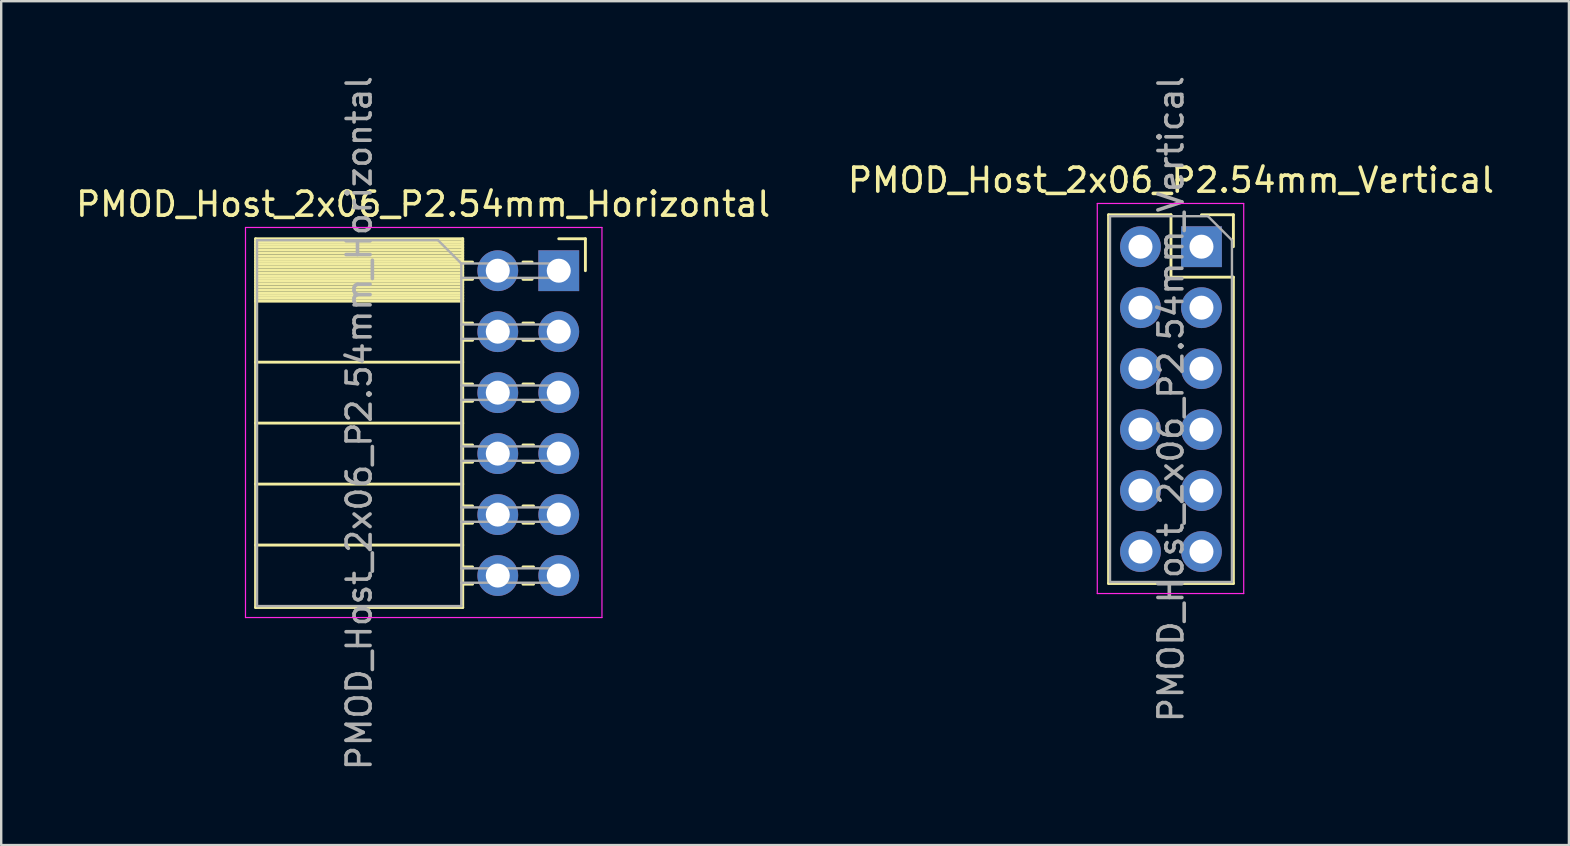
<source format=kicad_pcb>
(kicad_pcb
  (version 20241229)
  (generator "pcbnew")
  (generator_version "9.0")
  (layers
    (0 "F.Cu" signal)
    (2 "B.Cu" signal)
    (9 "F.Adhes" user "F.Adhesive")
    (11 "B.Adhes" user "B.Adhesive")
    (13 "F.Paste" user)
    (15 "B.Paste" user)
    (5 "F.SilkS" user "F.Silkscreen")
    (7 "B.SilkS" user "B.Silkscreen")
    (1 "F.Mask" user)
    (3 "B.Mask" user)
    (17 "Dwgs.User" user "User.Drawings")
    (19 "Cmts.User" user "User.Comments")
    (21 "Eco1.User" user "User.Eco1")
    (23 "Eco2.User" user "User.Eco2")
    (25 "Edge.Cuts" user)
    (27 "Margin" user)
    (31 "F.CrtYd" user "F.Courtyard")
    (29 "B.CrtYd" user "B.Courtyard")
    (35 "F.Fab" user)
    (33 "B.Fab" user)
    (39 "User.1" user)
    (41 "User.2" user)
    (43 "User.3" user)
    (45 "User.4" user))
  (footprint "PMOD_Host_2x06_P2.54mm_Vertical"
    (layer "F.Cu")
    (at 47.002 7.227)
    (property "Reference" "PMOD_Host_2x06_P2.54mm_Vertical" (at -1.27 -2.77 0) (layer "F.SilkS") (effects (font (size 1 1) (thickness 0.15))))
    (attr through_hole)
    (fp_line (start -3.87 -1.33) (end -3.87 14.03) (stroke (width 0.12) (type solid)) (layer "F.SilkS"))
    (fp_line (start -3.87 -1.33) (end -1.27 -1.33) (stroke (width 0.12) (type solid)) (layer "F.SilkS"))
    (fp_line (start -3.87 14.03) (end 1.33 14.03) (stroke (width 0.12) (type solid)) (layer "F.SilkS"))
    (fp_line (start -1.27 -1.33) (end -1.27 1.27) (stroke (width 0.12) (type solid)) (layer "F.SilkS"))
    (fp_line (start -1.27 1.27) (end 1.33 1.27) (stroke (width 0.12) (type solid)) (layer "F.SilkS"))
    (fp_line (start 0 -1.33) (end 1.33 -1.33) (stroke (width 0.12) (type solid)) (layer "F.SilkS"))
    (fp_line (start 1.33 -1.33) (end 1.33 0) (stroke (width 0.12) (type solid)) (layer "F.SilkS"))
    (fp_line (start 1.33 1.27) (end 1.33 14.03) (stroke (width 0.12) (type solid)) (layer "F.SilkS"))
    (fp_line (start -4.34 -1.8) (end 1.76 -1.8) (stroke (width 0.05) (type solid)) (layer "F.CrtYd"))
    (fp_line (start -4.34 14.45) (end -4.34 -1.8) (stroke (width 0.05) (type solid)) (layer "F.CrtYd"))
    (fp_line (start 1.76 -1.8) (end 1.76 14.45) (stroke (width 0.05) (type solid)) (layer "F.CrtYd"))
    (fp_line (start 1.76 14.45) (end -4.34 14.45) (stroke (width 0.05) (type solid)) (layer "F.CrtYd"))
    (fp_line (start -3.81 -1.27) (end 0.27 -1.27) (stroke (width 0.1) (type solid)) (layer "F.Fab"))
    (fp_line (start -3.81 13.97) (end -3.81 -1.27) (stroke (width 0.1) (type solid)) (layer "F.Fab"))
    (fp_line (start 0.27 -1.27) (end 1.27 -0.27) (stroke (width 0.1) (type solid)) (layer "F.Fab"))
    (fp_line (start 1.27 -0.27) (end 1.27 13.97) (stroke (width 0.1) (type solid)) (layer "F.Fab"))
    (fp_line (start 1.27 13.97) (end -3.81 13.97) (stroke (width 0.1) (type solid)) (layer "F.Fab"))
    (fp_text user "${REFERENCE}" (at -1.27 6.35 90) (layer "F.Fab") (effects (font (size 1 1) (thickness 0.15))))
    (pad "1" thru_hole rect (at 0 0) (size 1.7 1.7) (drill 1) (layers "*.Cu" "*.Mask"))
    (pad "2" thru_hole oval (at 0 2.54) (size 1.7 1.7) (drill 1) (layers "*.Cu" "*.Mask"))
    (pad "3" thru_hole oval (at 0 5.08) (size 1.7 1.7) (drill 1) (layers "*.Cu" "*.Mask"))
    (pad "4" thru_hole oval (at 0 7.62) (size 1.7 1.7) (drill 1) (layers "*.Cu" "*.Mask"))
    (pad "5" thru_hole oval (at 0 10.16) (size 1.7 1.7) (drill 1) (layers "*.Cu" "*.Mask"))
    (pad "6" thru_hole oval (at 0 12.7) (size 1.7 1.7) (drill 1) (layers "*.Cu" "*.Mask"))
    (pad "7" thru_hole oval (at -2.54 0) (size 1.7 1.7) (drill 1) (layers "*.Cu" "*.Mask"))
    (pad "8" thru_hole oval (at -2.54 2.54) (size 1.7 1.7) (drill 1) (layers "*.Cu" "*.Mask"))
    (pad "9" thru_hole oval (at -2.54 5.08) (size 1.7 1.7) (drill 1) (layers "*.Cu" "*.Mask"))
    (pad "10" thru_hole oval (at -2.54 7.62) (size 1.7 1.7) (drill 1) (layers "*.Cu" "*.Mask"))
    (pad "11" thru_hole oval (at -2.54 10.16) (size 1.7 1.7) (drill 1) (layers "*.Cu" "*.Mask"))
    (pad "12" thru_hole oval (at -2.54 12.7) (size 1.7 1.7) (drill 1) (layers "*.Cu" "*.Mask")))
  (footprint "PMOD_Host_2x06_P2.54mm_Horizontal"
    (layer "F.Cu")
    (at 20.227 8.227)
    (property "Reference" "PMOD_Host_2x06_P2.54mm_Horizontal" (at -5.65 -2.77 0) (layer "F.SilkS") (effects (font (size 1 1) (thickness 0.15))))
    (attr through_hole)
    (fp_line (start -12.63 -1.33) (end -12.63 14.03) (stroke (width 0.12) (type solid)) (layer "F.SilkS"))
    (fp_line (start -12.63 -1.33) (end -4 -1.33) (stroke (width 0.12) (type solid)) (layer "F.SilkS"))
    (fp_line (start -12.63 -1.21) (end -4 -1.21) (stroke (width 0.12) (type solid)) (layer "F.SilkS"))
    (fp_line (start -12.63 -1.092) (end -4 -1.092) (stroke (width 0.12) (type solid)) (layer "F.SilkS"))
    (fp_line (start -12.63 -0.974) (end -4 -0.974) (stroke (width 0.12) (type solid)) (layer "F.SilkS"))
    (fp_line (start -12.63 -0.856) (end -4 -0.856) (stroke (width 0.12) (type solid)) (layer "F.SilkS"))
    (fp_line (start -12.63 -0.738) (end -4 -0.738) (stroke (width 0.12) (type solid)) (layer "F.SilkS"))
    (fp_line (start -12.63 -0.62) (end -4 -0.62) (stroke (width 0.12) (type solid)) (layer "F.SilkS"))
    (fp_line (start -12.63 -0.501) (end -4 -0.501) (stroke (width 0.12) (type solid)) (layer "F.SilkS"))
    (fp_line (start -12.63 -0.383) (end -4 -0.383) (stroke (width 0.12) (type solid)) (layer "F.SilkS"))
    (fp_line (start -12.63 -0.265) (end -4 -0.265) (stroke (width 0.12) (type solid)) (layer "F.SilkS"))
    (fp_line (start -12.63 -0.147) (end -4 -0.147) (stroke (width 0.12) (type solid)) (layer "F.SilkS"))
    (fp_line (start -12.63 -0.029) (end -4 -0.029) (stroke (width 0.12) (type solid)) (layer "F.SilkS"))
    (fp_line (start -12.63 0.089) (end -4 0.089) (stroke (width 0.12) (type solid)) (layer "F.SilkS"))
    (fp_line (start -12.63 0.207) (end -4 0.207) (stroke (width 0.12) (type solid)) (layer "F.SilkS"))
    (fp_line (start -12.63 0.325) (end -4 0.325) (stroke (width 0.12) (type solid)) (layer "F.SilkS"))
    (fp_line (start -12.63 0.443) (end -4 0.443) (stroke (width 0.12) (type solid)) (layer "F.SilkS"))
    (fp_line (start -12.63 0.561) (end -4 0.561) (stroke (width 0.12) (type solid)) (layer "F.SilkS"))
    (fp_line (start -12.63 0.68) (end -4 0.68) (stroke (width 0.12) (type solid)) (layer "F.SilkS"))
    (fp_line (start -12.63 0.798) (end -4 0.798) (stroke (width 0.12) (type solid)) (layer "F.SilkS"))
    (fp_line (start -12.63 0.916) (end -4 0.916) (stroke (width 0.12) (type solid)) (layer "F.SilkS"))
    (fp_line (start -12.63 1.034) (end -4 1.034) (stroke (width 0.12) (type solid)) (layer "F.SilkS"))
    (fp_line (start -12.63 1.152) (end -4 1.152) (stroke (width 0.12) (type solid)) (layer "F.SilkS"))
    (fp_line (start -12.63 1.27) (end -4 1.27) (stroke (width 0.12) (type solid)) (layer "F.SilkS"))
    (fp_line (start -12.63 3.81) (end -4 3.81) (stroke (width 0.12) (type solid)) (layer "F.SilkS"))
    (fp_line (start -12.63 6.35) (end -4 6.35) (stroke (width 0.12) (type solid)) (layer "F.SilkS"))
    (fp_line (start -12.63 8.89) (end -4 8.89) (stroke (width 0.12) (type solid)) (layer "F.SilkS"))
    (fp_line (start -12.63 11.43) (end -4 11.43) (stroke (width 0.12) (type solid)) (layer "F.SilkS"))
    (fp_line (start -12.63 14.03) (end -4 14.03) (stroke (width 0.12) (type solid)) (layer "F.SilkS"))
    (fp_line (start -4 -1.33) (end -4 14.03) (stroke (width 0.12) (type solid)) (layer "F.SilkS"))
    (fp_line (start -4 -0.36) (end -3.59 -0.36) (stroke (width 0.12) (type solid)) (layer "F.SilkS"))
    (fp_line (start -4 0.36) (end -3.59 0.36) (stroke (width 0.12) (type solid)) (layer "F.SilkS"))
    (fp_line (start -4 2.18) (end -3.59 2.18) (stroke (width 0.12) (type solid)) (layer "F.SilkS"))
    (fp_line (start -4 2.9) (end -3.59 2.9) (stroke (width 0.12) (type solid)) (layer "F.SilkS"))
    (fp_line (start -4 4.72) (end -3.59 4.72) (stroke (width 0.12) (type solid)) (layer "F.SilkS"))
    (fp_line (start -4 5.44) (end -3.59 5.44) (stroke (width 0.12) (type solid)) (layer "F.SilkS"))
    (fp_line (start -4 7.26) (end -3.59 7.26) (stroke (width 0.12) (type solid)) (layer "F.SilkS"))
    (fp_line (start -4 7.98) (end -3.59 7.98) (stroke (width 0.12) (type solid)) (layer "F.SilkS"))
    (fp_line (start -4 9.8) (end -3.59 9.8) (stroke (width 0.12) (type solid)) (layer "F.SilkS"))
    (fp_line (start -4 10.52) (end -3.59 10.52) (stroke (width 0.12) (type solid)) (layer "F.SilkS"))
    (fp_line (start -4 12.34) (end -3.59 12.34) (stroke (width 0.12) (type solid)) (layer "F.SilkS"))
    (fp_line (start -4 13.06) (end -3.59 13.06) (stroke (width 0.12) (type solid)) (layer "F.SilkS"))
    (fp_line (start -1.49 -0.36) (end -1.11 -0.36) (stroke (width 0.12) (type solid)) (layer "F.SilkS"))
    (fp_line (start -1.49 0.36) (end -1.11 0.36) (stroke (width 0.12) (type solid)) (layer "F.SilkS"))
    (fp_line (start -1.49 2.18) (end -1.05 2.18) (stroke (width 0.12) (type solid)) (layer "F.SilkS"))
    (fp_line (start -1.49 2.9) (end -1.05 2.9) (stroke (width 0.12) (type solid)) (layer "F.SilkS"))
    (fp_line (start -1.49 4.72) (end -1.05 4.72) (stroke (width 0.12) (type solid)) (layer "F.SilkS"))
    (fp_line (start -1.49 5.44) (end -1.05 5.44) (stroke (width 0.12) (type solid)) (layer "F.SilkS"))
    (fp_line (start -1.49 7.26) (end -1.05 7.26) (stroke (width 0.12) (type solid)) (layer "F.SilkS"))
    (fp_line (start -1.49 7.98) (end -1.05 7.98) (stroke (width 0.12) (type solid)) (layer "F.SilkS"))
    (fp_line (start -1.49 9.8) (end -1.05 9.8) (stroke (width 0.12) (type solid)) (layer "F.SilkS"))
    (fp_line (start -1.49 10.52) (end -1.05 10.52) (stroke (width 0.12) (type solid)) (layer "F.SilkS"))
    (fp_line (start -1.49 12.34) (end -1.05 12.34) (stroke (width 0.12) (type solid)) (layer "F.SilkS"))
    (fp_line (start -1.49 13.06) (end -1.05 13.06) (stroke (width 0.12) (type solid)) (layer "F.SilkS"))
    (fp_line (start 0 -1.33) (end 1.11 -1.33) (stroke (width 0.12) (type solid)) (layer "F.SilkS"))
    (fp_line (start 1.11 -1.33) (end 1.11 0) (stroke (width 0.12) (type solid)) (layer "F.SilkS"))
    (fp_line (start -13.05 -1.8) (end -13.05 14.45) (stroke (width 0.05) (type solid)) (layer "F.CrtYd"))
    (fp_line (start -13.05 14.45) (end 1.8 14.45) (stroke (width 0.05) (type solid)) (layer "F.CrtYd"))
    (fp_line (start 1.8 -1.8) (end -13.05 -1.8) (stroke (width 0.05) (type solid)) (layer "F.CrtYd"))
    (fp_line (start 1.8 14.45) (end 1.8 -1.8) (stroke (width 0.05) (type solid)) (layer "F.CrtYd"))
    (fp_line (start -12.57 -1.27) (end -5.03 -1.27) (stroke (width 0.1) (type solid)) (layer "F.Fab"))
    (fp_line (start -12.57 13.97) (end -12.57 -1.27) (stroke (width 0.1) (type solid)) (layer "F.Fab"))
    (fp_line (start -5.03 -1.27) (end -4.06 -0.3) (stroke (width 0.1) (type solid)) (layer "F.Fab"))
    (fp_line (start -4.06 -0.3) (end -4.06 13.97) (stroke (width 0.1) (type solid)) (layer "F.Fab"))
    (fp_line (start -4.06 0.3) (end 0 0.3) (stroke (width 0.1) (type solid)) (layer "F.Fab"))
    (fp_line (start -4.06 2.84) (end 0 2.84) (stroke (width 0.1) (type solid)) (layer "F.Fab"))
    (fp_line (start -4.06 5.38) (end 0 5.38) (stroke (width 0.1) (type solid)) (layer "F.Fab"))
    (fp_line (start -4.06 7.92) (end 0 7.92) (stroke (width 0.1) (type solid)) (layer "F.Fab"))
    (fp_line (start -4.06 10.46) (end 0 10.46) (stroke (width 0.1) (type solid)) (layer "F.Fab"))
    (fp_line (start -4.06 13) (end 0 13) (stroke (width 0.1) (type solid)) (layer "F.Fab"))
    (fp_line (start -4.06 13.97) (end -12.57 13.97) (stroke (width 0.1) (type solid)) (layer "F.Fab"))
    (fp_line (start 0 -0.3) (end -4.06 -0.3) (stroke (width 0.1) (type solid)) (layer "F.Fab"))
    (fp_line (start 0 0.3) (end 0 -0.3) (stroke (width 0.1) (type solid)) (layer "F.Fab"))
    (fp_line (start 0 2.24) (end -4.06 2.24) (stroke (width 0.1) (type solid)) (layer "F.Fab"))
    (fp_line (start 0 2.84) (end 0 2.24) (stroke (width 0.1) (type solid)) (layer "F.Fab"))
    (fp_line (start 0 4.78) (end -4.06 4.78) (stroke (width 0.1) (type solid)) (layer "F.Fab"))
    (fp_line (start 0 5.38) (end 0 4.78) (stroke (width 0.1) (type solid)) (layer "F.Fab"))
    (fp_line (start 0 7.32) (end -4.06 7.32) (stroke (width 0.1) (type solid)) (layer "F.Fab"))
    (fp_line (start 0 7.92) (end 0 7.32) (stroke (width 0.1) (type solid)) (layer "F.Fab"))
    (fp_line (start 0 9.86) (end -4.06 9.86) (stroke (width 0.1) (type solid)) (layer "F.Fab"))
    (fp_line (start 0 10.46) (end 0 9.86) (stroke (width 0.1) (type solid)) (layer "F.Fab"))
    (fp_line (start 0 12.4) (end -4.06 12.4) (stroke (width 0.1) (type solid)) (layer "F.Fab"))
    (fp_line (start 0 13) (end 0 12.4) (stroke (width 0.1) (type solid)) (layer "F.Fab"))
    (fp_text user "${REFERENCE}" (at -8.315 6.35 90) (layer "F.Fab") (effects (font (size 1 1) (thickness 0.15))))
    (pad "1" thru_hole rect (at 0 0) (size 1.7 1.7) (drill 1) (layers "*.Cu" "*.Mask"))
    (pad "2" thru_hole oval (at 0 2.54) (size 1.7 1.7) (drill 1) (layers "*.Cu" "*.Mask"))
    (pad "3" thru_hole oval (at 0 5.08) (size 1.7 1.7) (drill 1) (layers "*.Cu" "*.Mask"))
    (pad "4" thru_hole oval (at 0 7.62) (size 1.7 1.7) (drill 1) (layers "*.Cu" "*.Mask"))
    (pad "5" thru_hole oval (at 0 10.16) (size 1.7 1.7) (drill 1) (layers "*.Cu" "*.Mask"))
    (pad "6" thru_hole oval (at 0 12.7) (size 1.7 1.7) (drill 1) (layers "*.Cu" "*.Mask"))
    (pad "7" thru_hole oval (at -2.54 0) (size 1.7 1.7) (drill 1) (layers "*.Cu" "*.Mask"))
    (pad "8" thru_hole oval (at -2.54 2.54) (size 1.7 1.7) (drill 1) (layers "*.Cu" "*.Mask"))
    (pad "9" thru_hole oval (at -2.54 5.08) (size 1.7 1.7) (drill 1) (layers "*.Cu" "*.Mask"))
    (pad "10" thru_hole oval (at -2.54 7.62) (size 1.7 1.7) (drill 1) (layers "*.Cu" "*.Mask"))
    (pad "11" thru_hole oval (at -2.54 10.16) (size 1.7 1.7) (drill 1) (layers "*.Cu" "*.Mask"))
    (pad "12" thru_hole oval (at -2.54 12.7) (size 1.7 1.7) (drill 1) (layers "*.Cu" "*.Mask")))
  (gr_rect
    (start -3 -3)
    (end 62.31 32.155)
    (stroke (width 0.1) (type default))
    (fill no)
    (layer "Edge.Cuts")))
</source>
